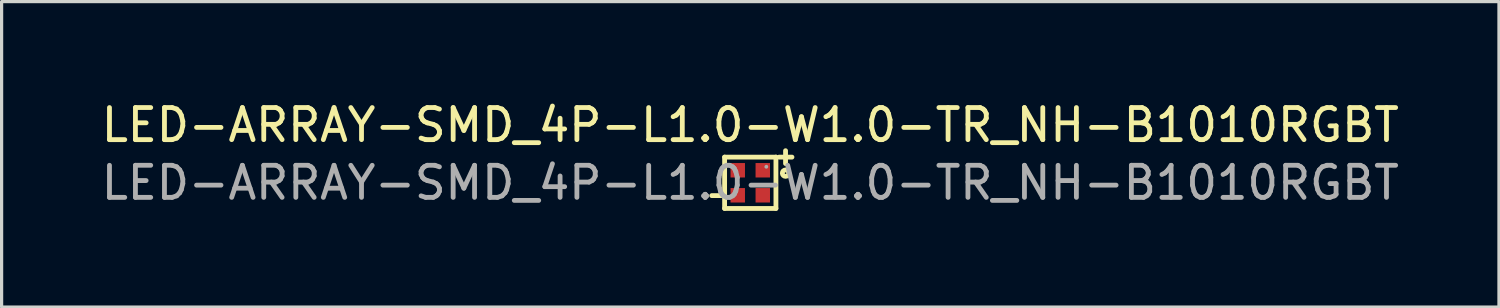
<source format=kicad_pcb>
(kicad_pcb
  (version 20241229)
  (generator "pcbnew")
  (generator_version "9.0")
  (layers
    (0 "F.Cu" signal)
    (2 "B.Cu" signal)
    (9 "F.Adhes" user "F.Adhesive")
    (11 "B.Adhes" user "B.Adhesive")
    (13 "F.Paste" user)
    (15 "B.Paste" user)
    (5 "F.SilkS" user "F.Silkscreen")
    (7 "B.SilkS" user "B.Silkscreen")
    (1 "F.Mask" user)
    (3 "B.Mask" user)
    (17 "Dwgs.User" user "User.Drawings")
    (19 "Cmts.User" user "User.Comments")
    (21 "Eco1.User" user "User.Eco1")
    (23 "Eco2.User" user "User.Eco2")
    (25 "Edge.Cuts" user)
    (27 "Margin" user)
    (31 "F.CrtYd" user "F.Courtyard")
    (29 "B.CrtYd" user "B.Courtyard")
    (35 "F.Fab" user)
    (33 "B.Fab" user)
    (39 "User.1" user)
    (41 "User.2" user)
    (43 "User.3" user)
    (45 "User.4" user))
  (footprint "LED-ARRAY-SMD_4P-L1.0-W1.0-TR_NH-B1010RGBT"
    (layer "F.Cu")
    (at 20.339 2.648)
    (property "Reference" "LED-ARRAY-SMD_4P-L1.0-W1.0-TR_NH-B1010RGBT" (at 0 -1.8 0) (layer "F.SilkS") (effects (font (size 1 1) (thickness 0.15))))
    (attr smd)
    (fp_line (start -1.2 0.4) (end -0.9 0.4) (stroke (width 0.15) (type solid)) (layer "F.SilkS"))
    (fp_line (start -0.8 -0.8) (end 0.8 -0.8) (stroke (width 0.15) (type solid)) (layer "F.SilkS"))
    (fp_line (start -0.8 0.8) (end -0.8 -0.8) (stroke (width 0.15) (type solid)) (layer "F.SilkS"))
    (fp_line (start 0.8 -0.8) (end 0.8 0.8) (stroke (width 0.15) (type solid)) (layer "F.SilkS"))
    (fp_line (start 0.8 0.8) (end -0.8 0.8) (stroke (width 0.15) (type solid)) (layer "F.SilkS"))
    (fp_line (start 0.9 -0.8) (end 1.3 -0.8) (stroke (width 0.15) (type solid)) (layer "F.SilkS"))
    (fp_line (start 1.1 -1) (end 1.1 -0.6) (stroke (width 0.15) (type solid)) (layer "F.SilkS"))
    (fp_circle (center 1.1 -0.3) (end 1.2 -0.3) (stroke (width 0.15) (type solid)) (fill no) (layer "F.SilkS"))
    (fp_circle (center 0.5 -0.5) (end 0.53 -0.5) (stroke (width 0.06) (type solid)) (fill no) (layer "F.Fab"))
    (fp_text user "${REFERENCE}" (at 0 0 0) (layer "F.Fab") (effects (font (size 1 1) (thickness 0.15))))
    (pad "1" smd rect (at 0.39 -0.39) (size 0.45 0.45) (layers "F.Cu" "F.Mask" "F.Paste"))
    (pad "2" smd rect (at 0.39 0.39) (size 0.45 0.45) (layers "F.Cu" "F.Mask" "F.Paste"))
    (pad "3" smd rect (at -0.39 0.39) (size 0.45 0.45) (layers "F.Cu" "F.Mask" "F.Paste"))
    (pad "4" smd rect (at -0.39 -0.39) (size 0.45 0.45) (layers "F.Cu" "F.Mask" "F.Paste")))
  (gr_rect
    (start -3 -3)
    (end 43.679 6.523)
    (stroke (width 0.1) (type default))
    (fill no)
    (layer "Edge.Cuts")))
</source>
